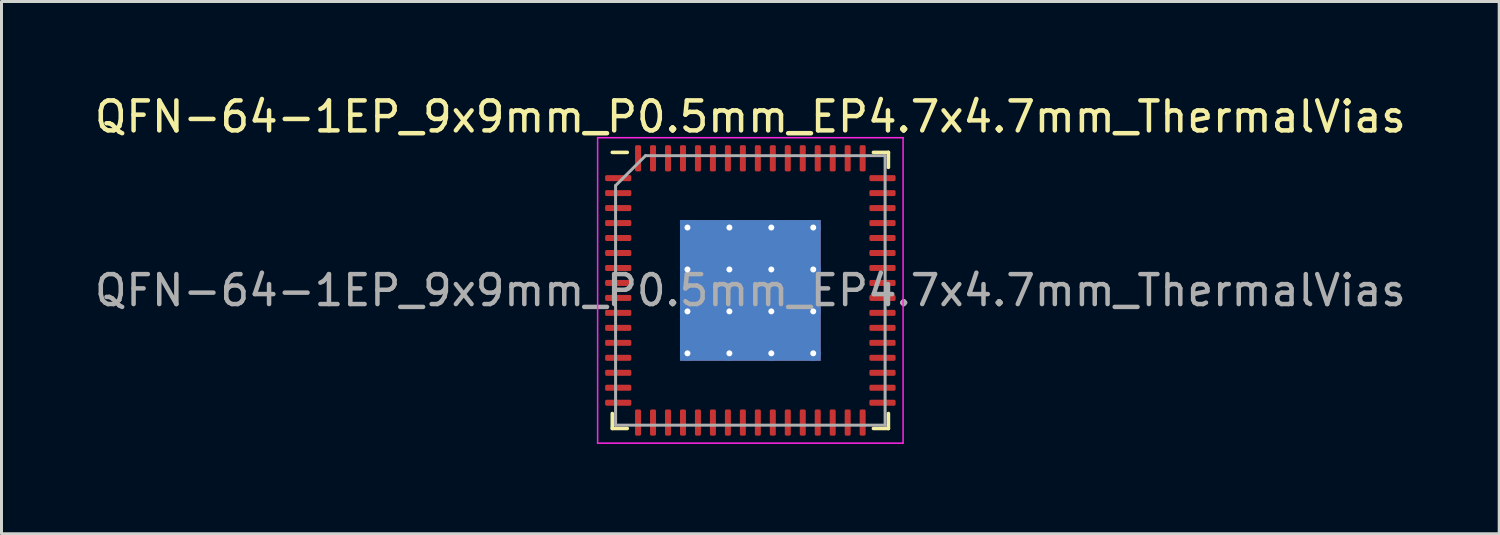
<source format=kicad_pcb>
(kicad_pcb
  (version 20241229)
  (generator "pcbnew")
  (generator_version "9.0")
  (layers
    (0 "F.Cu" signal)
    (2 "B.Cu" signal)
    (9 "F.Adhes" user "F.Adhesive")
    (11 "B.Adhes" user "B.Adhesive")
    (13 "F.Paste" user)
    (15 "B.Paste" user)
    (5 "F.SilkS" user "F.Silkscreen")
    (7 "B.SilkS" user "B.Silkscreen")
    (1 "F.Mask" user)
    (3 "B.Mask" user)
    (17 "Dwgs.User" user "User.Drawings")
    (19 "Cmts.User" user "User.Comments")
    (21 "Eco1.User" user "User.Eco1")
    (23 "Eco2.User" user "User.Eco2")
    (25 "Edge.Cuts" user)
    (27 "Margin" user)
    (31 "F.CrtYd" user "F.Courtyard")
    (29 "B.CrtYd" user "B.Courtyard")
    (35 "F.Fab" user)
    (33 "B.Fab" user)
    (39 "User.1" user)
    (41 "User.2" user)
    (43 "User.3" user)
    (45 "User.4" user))
  (footprint "QFN-64-1EP_9x9mm_P0.5mm_EP4.7x4.7mm_ThermalVias"
    (layer "F.Cu")
    (at 22.006 6.648)
    (property "Reference" "QFN-64-1EP_9x9mm_P0.5mm_EP4.7x4.7mm_ThermalVias" (at 0 -5.8 0) (layer "F.SilkS") (effects (font (size 1 1) (thickness 0.15))))
    (attr smd)
    (fp_line (start -4.61 4.61) (end -4.61 4.11) (stroke (width 0.12) (type solid)) (layer "F.SilkS"))
    (fp_line (start -4.11 -4.61) (end -4.61 -4.61) (stroke (width 0.12) (type solid)) (layer "F.SilkS"))
    (fp_line (start -4.11 4.61) (end -4.61 4.61) (stroke (width 0.12) (type solid)) (layer "F.SilkS"))
    (fp_line (start 4.11 -4.61) (end 4.61 -4.61) (stroke (width 0.12) (type solid)) (layer "F.SilkS"))
    (fp_line (start 4.11 4.61) (end 4.61 4.61) (stroke (width 0.12) (type solid)) (layer "F.SilkS"))
    (fp_line (start 4.61 -4.61) (end 4.61 -4.11) (stroke (width 0.12) (type solid)) (layer "F.SilkS"))
    (fp_line (start 4.61 4.61) (end 4.61 4.11) (stroke (width 0.12) (type solid)) (layer "F.SilkS"))
    (fp_line (start -5.1 -5.1) (end -5.1 5.1) (stroke (width 0.05) (type solid)) (layer "F.CrtYd"))
    (fp_line (start -5.1 5.1) (end 5.1 5.1) (stroke (width 0.05) (type solid)) (layer "F.CrtYd"))
    (fp_line (start 5.1 -5.1) (end -5.1 -5.1) (stroke (width 0.05) (type solid)) (layer "F.CrtYd"))
    (fp_line (start 5.1 5.1) (end 5.1 -5.1) (stroke (width 0.05) (type solid)) (layer "F.CrtYd"))
    (fp_line (start -4.5 -3.5) (end -3.5 -4.5) (stroke (width 0.1) (type solid)) (layer "F.Fab"))
    (fp_line (start -4.5 4.5) (end -4.5 -3.5) (stroke (width 0.1) (type solid)) (layer "F.Fab"))
    (fp_line (start -3.5 -4.5) (end 4.5 -4.5) (stroke (width 0.1) (type solid)) (layer "F.Fab"))
    (fp_line (start 4.5 -4.5) (end 4.5 4.5) (stroke (width 0.1) (type solid)) (layer "F.Fab"))
    (fp_line (start 4.5 4.5) (end -4.5 4.5) (stroke (width 0.1) (type solid)) (layer "F.Fab"))
    (fp_text user "${REFERENCE}" (at 0 0 0) (layer "F.Fab") (effects (font (size 1 1) (thickness 0.15))))
    (pad "" smd roundrect (at -1.4 -1.4) (size 1.263 1.263) (layers "F.Paste") (roundrect_rratio 0.198))
    (pad "" smd roundrect (at -1.4 0) (size 1.263 1.263) (layers "F.Paste") (roundrect_rratio 0.198))
    (pad "" smd roundrect (at -1.4 1.4) (size 1.263 1.263) (layers "F.Paste") (roundrect_rratio 0.198))
    (pad "" smd roundrect (at 0 -1.4) (size 1.263 1.263) (layers "F.Paste") (roundrect_rratio 0.198))
    (pad "" smd roundrect (at 0 0) (size 1.263 1.263) (layers "F.Paste") (roundrect_rratio 0.198))
    (pad "" smd roundrect (at 0 1.4) (size 1.263 1.263) (layers "F.Paste") (roundrect_rratio 0.198))
    (pad "" smd roundrect (at 1.4 -1.4) (size 1.263 1.263) (layers "F.Paste") (roundrect_rratio 0.198))
    (pad "" smd roundrect (at 1.4 0) (size 1.263 1.263) (layers "F.Paste") (roundrect_rratio 0.198))
    (pad "" smd roundrect (at 1.4 1.4) (size 1.263 1.263) (layers "F.Paste") (roundrect_rratio 0.198))
    (pad "1" smd roundrect (at -4.412 -3.75) (size 0.875 0.2) (layers "F.Cu" "F.Mask" "F.Paste") (roundrect_rratio 0.25))
    (pad "2" smd roundrect (at -4.412 -3.25) (size 0.875 0.2) (layers "F.Cu" "F.Mask" "F.Paste") (roundrect_rratio 0.25))
    (pad "3" smd roundrect (at -4.412 -2.75) (size 0.875 0.2) (layers "F.Cu" "F.Mask" "F.Paste") (roundrect_rratio 0.25))
    (pad "4" smd roundrect (at -4.412 -2.25) (size 0.875 0.2) (layers "F.Cu" "F.Mask" "F.Paste") (roundrect_rratio 0.25))
    (pad "5" smd roundrect (at -4.412 -1.75) (size 0.875 0.2) (layers "F.Cu" "F.Mask" "F.Paste") (roundrect_rratio 0.25))
    (pad "6" smd roundrect (at -4.412 -1.25) (size 0.875 0.2) (layers "F.Cu" "F.Mask" "F.Paste") (roundrect_rratio 0.25))
    (pad "7" smd roundrect (at -4.412 -0.75) (size 0.875 0.2) (layers "F.Cu" "F.Mask" "F.Paste") (roundrect_rratio 0.25))
    (pad "8" smd roundrect (at -4.412 -0.25) (size 0.875 0.2) (layers "F.Cu" "F.Mask" "F.Paste") (roundrect_rratio 0.25))
    (pad "9" smd roundrect (at -4.412 0.25) (size 0.875 0.2) (layers "F.Cu" "F.Mask" "F.Paste") (roundrect_rratio 0.25))
    (pad "10" smd roundrect (at -4.412 0.75) (size 0.875 0.2) (layers "F.Cu" "F.Mask" "F.Paste") (roundrect_rratio 0.25))
    (pad "11" smd roundrect (at -4.412 1.25) (size 0.875 0.2) (layers "F.Cu" "F.Mask" "F.Paste") (roundrect_rratio 0.25))
    (pad "12" smd roundrect (at -4.412 1.75) (size 0.875 0.2) (layers "F.Cu" "F.Mask" "F.Paste") (roundrect_rratio 0.25))
    (pad "13" smd roundrect (at -4.412 2.25) (size 0.875 0.2) (layers "F.Cu" "F.Mask" "F.Paste") (roundrect_rratio 0.25))
    (pad "14" smd roundrect (at -4.412 2.75) (size 0.875 0.2) (layers "F.Cu" "F.Mask" "F.Paste") (roundrect_rratio 0.25))
    (pad "15" smd roundrect (at -4.412 3.25) (size 0.875 0.2) (layers "F.Cu" "F.Mask" "F.Paste") (roundrect_rratio 0.25))
    (pad "16" smd roundrect (at -4.412 3.75) (size 0.875 0.2) (layers "F.Cu" "F.Mask" "F.Paste") (roundrect_rratio 0.25))
    (pad "17" smd roundrect (at -3.75 4.412) (size 0.2 0.875) (layers "F.Cu" "F.Mask" "F.Paste") (roundrect_rratio 0.25))
    (pad "18" smd roundrect (at -3.25 4.412) (size 0.2 0.875) (layers "F.Cu" "F.Mask" "F.Paste") (roundrect_rratio 0.25))
    (pad "19" smd roundrect (at -2.75 4.412) (size 0.2 0.875) (layers "F.Cu" "F.Mask" "F.Paste") (roundrect_rratio 0.25))
    (pad "20" smd roundrect (at -2.25 4.412) (size 0.2 0.875) (layers "F.Cu" "F.Mask" "F.Paste") (roundrect_rratio 0.25))
    (pad "21" smd roundrect (at -1.75 4.412) (size 0.2 0.875) (layers "F.Cu" "F.Mask" "F.Paste") (roundrect_rratio 0.25))
    (pad "22" smd roundrect (at -1.25 4.412) (size 0.2 0.875) (layers "F.Cu" "F.Mask" "F.Paste") (roundrect_rratio 0.25))
    (pad "23" smd roundrect (at -0.75 4.412) (size 0.2 0.875) (layers "F.Cu" "F.Mask" "F.Paste") (roundrect_rratio 0.25))
    (pad "24" smd roundrect (at -0.25 4.412) (size 0.2 0.875) (layers "F.Cu" "F.Mask" "F.Paste") (roundrect_rratio 0.25))
    (pad "25" smd roundrect (at 0.25 4.412) (size 0.2 0.875) (layers "F.Cu" "F.Mask" "F.Paste") (roundrect_rratio 0.25))
    (pad "26" smd roundrect (at 0.75 4.412) (size 0.2 0.875) (layers "F.Cu" "F.Mask" "F.Paste") (roundrect_rratio 0.25))
    (pad "27" smd roundrect (at 1.25 4.412) (size 0.2 0.875) (layers "F.Cu" "F.Mask" "F.Paste") (roundrect_rratio 0.25))
    (pad "28" smd roundrect (at 1.75 4.412) (size 0.2 0.875) (layers "F.Cu" "F.Mask" "F.Paste") (roundrect_rratio 0.25))
    (pad "29" smd roundrect (at 2.25 4.412) (size 0.2 0.875) (layers "F.Cu" "F.Mask" "F.Paste") (roundrect_rratio 0.25))
    (pad "30" smd roundrect (at 2.75 4.412) (size 0.2 0.875) (layers "F.Cu" "F.Mask" "F.Paste") (roundrect_rratio 0.25))
    (pad "31" smd roundrect (at 3.25 4.412) (size 0.2 0.875) (layers "F.Cu" "F.Mask" "F.Paste") (roundrect_rratio 0.25))
    (pad "32" smd roundrect (at 3.75 4.412) (size 0.2 0.875) (layers "F.Cu" "F.Mask" "F.Paste") (roundrect_rratio 0.25))
    (pad "33" smd roundrect (at 4.412 3.75) (size 0.875 0.2) (layers "F.Cu" "F.Mask" "F.Paste") (roundrect_rratio 0.25))
    (pad "34" smd roundrect (at 4.412 3.25) (size 0.875 0.2) (layers "F.Cu" "F.Mask" "F.Paste") (roundrect_rratio 0.25))
    (pad "35" smd roundrect (at 4.412 2.75) (size 0.875 0.2) (layers "F.Cu" "F.Mask" "F.Paste") (roundrect_rratio 0.25))
    (pad "36" smd roundrect (at 4.412 2.25) (size 0.875 0.2) (layers "F.Cu" "F.Mask" "F.Paste") (roundrect_rratio 0.25))
    (pad "37" smd roundrect (at 4.412 1.75) (size 0.875 0.2) (layers "F.Cu" "F.Mask" "F.Paste") (roundrect_rratio 0.25))
    (pad "38" smd roundrect (at 4.412 1.25) (size 0.875 0.2) (layers "F.Cu" "F.Mask" "F.Paste") (roundrect_rratio 0.25))
    (pad "39" smd roundrect (at 4.412 0.75) (size 0.875 0.2) (layers "F.Cu" "F.Mask" "F.Paste") (roundrect_rratio 0.25))
    (pad "40" smd roundrect (at 4.412 0.25) (size 0.875 0.2) (layers "F.Cu" "F.Mask" "F.Paste") (roundrect_rratio 0.25))
    (pad "41" smd roundrect (at 4.412 -0.25) (size 0.875 0.2) (layers "F.Cu" "F.Mask" "F.Paste") (roundrect_rratio 0.25))
    (pad "42" smd roundrect (at 4.412 -0.75) (size 0.875 0.2) (layers "F.Cu" "F.Mask" "F.Paste") (roundrect_rratio 0.25))
    (pad "43" smd roundrect (at 4.412 -1.25) (size 0.875 0.2) (layers "F.Cu" "F.Mask" "F.Paste") (roundrect_rratio 0.25))
    (pad "44" smd roundrect (at 4.412 -1.75) (size 0.875 0.2) (layers "F.Cu" "F.Mask" "F.Paste") (roundrect_rratio 0.25))
    (pad "45" smd roundrect (at 4.412 -2.25) (size 0.875 0.2) (layers "F.Cu" "F.Mask" "F.Paste") (roundrect_rratio 0.25))
    (pad "46" smd roundrect (at 4.412 -2.75) (size 0.875 0.2) (layers "F.Cu" "F.Mask" "F.Paste") (roundrect_rratio 0.25))
    (pad "47" smd roundrect (at 4.412 -3.25) (size 0.875 0.2) (layers "F.Cu" "F.Mask" "F.Paste") (roundrect_rratio 0.25))
    (pad "48" smd roundrect (at 4.412 -3.75) (size 0.875 0.2) (layers "F.Cu" "F.Mask" "F.Paste") (roundrect_rratio 0.25))
    (pad "49" smd roundrect (at 3.75 -4.412) (size 0.2 0.875) (layers "F.Cu" "F.Mask" "F.Paste") (roundrect_rratio 0.25))
    (pad "50" smd roundrect (at 3.25 -4.412) (size 0.2 0.875) (layers "F.Cu" "F.Mask" "F.Paste") (roundrect_rratio 0.25))
    (pad "51" smd roundrect (at 2.75 -4.412) (size 0.2 0.875) (layers "F.Cu" "F.Mask" "F.Paste") (roundrect_rratio 0.25))
    (pad "52" smd roundrect (at 2.25 -4.412) (size 0.2 0.875) (layers "F.Cu" "F.Mask" "F.Paste") (roundrect_rratio 0.25))
    (pad "53" smd roundrect (at 1.75 -4.412) (size 0.2 0.875) (layers "F.Cu" "F.Mask" "F.Paste") (roundrect_rratio 0.25))
    (pad "54" smd roundrect (at 1.25 -4.412) (size 0.2 0.875) (layers "F.Cu" "F.Mask" "F.Paste") (roundrect_rratio 0.25))
    (pad "55" smd roundrect (at 0.75 -4.412) (size 0.2 0.875) (layers "F.Cu" "F.Mask" "F.Paste") (roundrect_rratio 0.25))
    (pad "56" smd roundrect (at 0.25 -4.412) (size 0.2 0.875) (layers "F.Cu" "F.Mask" "F.Paste") (roundrect_rratio 0.25))
    (pad "57" smd roundrect (at -0.25 -4.412) (size 0.2 0.875) (layers "F.Cu" "F.Mask" "F.Paste") (roundrect_rratio 0.25))
    (pad "58" smd roundrect (at -0.75 -4.412) (size 0.2 0.875) (layers "F.Cu" "F.Mask" "F.Paste") (roundrect_rratio 0.25))
    (pad "59" smd roundrect (at -1.25 -4.412) (size 0.2 0.875) (layers "F.Cu" "F.Mask" "F.Paste") (roundrect_rratio 0.25))
    (pad "60" smd roundrect (at -1.75 -4.412) (size 0.2 0.875) (layers "F.Cu" "F.Mask" "F.Paste") (roundrect_rratio 0.25))
    (pad "61" smd roundrect (at -2.25 -4.412) (size 0.2 0.875) (layers "F.Cu" "F.Mask" "F.Paste") (roundrect_rratio 0.25))
    (pad "62" smd roundrect (at -2.75 -4.412) (size 0.2 0.875) (layers "F.Cu" "F.Mask" "F.Paste") (roundrect_rratio 0.25))
    (pad "63" smd roundrect (at -3.25 -4.412) (size 0.2 0.875) (layers "F.Cu" "F.Mask" "F.Paste") (roundrect_rratio 0.25))
    (pad "64" smd roundrect (at -3.75 -4.412) (size 0.2 0.875) (layers "F.Cu" "F.Mask" "F.Paste") (roundrect_rratio 0.25))
    (pad "65" thru_hole circle (at -2.1 -2.1) (size 0.5 0.5) (drill 0.2) (layers "*.Cu"))
    (pad "65" thru_hole circle (at -2.1 -0.7) (size 0.5 0.5) (drill 0.2) (layers "*.Cu"))
    (pad "65" thru_hole circle (at -2.1 0.7) (size 0.5 0.5) (drill 0.2) (layers "*.Cu"))
    (pad "65" thru_hole circle (at -2.1 2.1) (size 0.5 0.5) (drill 0.2) (layers "*.Cu"))
    (pad "65" thru_hole circle (at -0.7 -2.1) (size 0.5 0.5) (drill 0.2) (layers "*.Cu"))
    (pad "65" thru_hole circle (at -0.7 -0.7) (size 0.5 0.5) (drill 0.2) (layers "*.Cu"))
    (pad "65" thru_hole circle (at -0.7 0.7) (size 0.5 0.5) (drill 0.2) (layers "*.Cu"))
    (pad "65" thru_hole circle (at -0.7 2.1) (size 0.5 0.5) (drill 0.2) (layers "*.Cu"))
    (pad "65" smd rect (at 0 0) (size 4.7 4.7) (layers "F.Cu" "F.Mask"))
    (pad "65" smd rect (at 0 0) (size 4.7 4.7) (layers "B.Cu"))
    (pad "65" thru_hole circle (at 0.7 -2.1) (size 0.5 0.5) (drill 0.2) (layers "*.Cu"))
    (pad "65" thru_hole circle (at 0.7 -0.7) (size 0.5 0.5) (drill 0.2) (layers "*.Cu"))
    (pad "65" thru_hole circle (at 0.7 0.7) (size 0.5 0.5) (drill 0.2) (layers "*.Cu"))
    (pad "65" thru_hole circle (at 0.7 2.1) (size 0.5 0.5) (drill 0.2) (layers "*.Cu"))
    (pad "65" thru_hole circle (at 2.1 -2.1) (size 0.5 0.5) (drill 0.2) (layers "*.Cu"))
    (pad "65" thru_hole circle (at 2.1 -0.7) (size 0.5 0.5) (drill 0.2) (layers "*.Cu"))
    (pad "65" thru_hole circle (at 2.1 0.7) (size 0.5 0.5) (drill 0.2) (layers "*.Cu"))
    (pad "65" thru_hole circle (at 2.1 2.1) (size 0.5 0.5) (drill 0.2) (layers "*.Cu")))
  (gr_rect
    (start -3 -3)
    (end 47.012 14.773)
    (stroke (width 0.1) (type default))
    (fill no)
    (layer "Edge.Cuts")))
</source>
